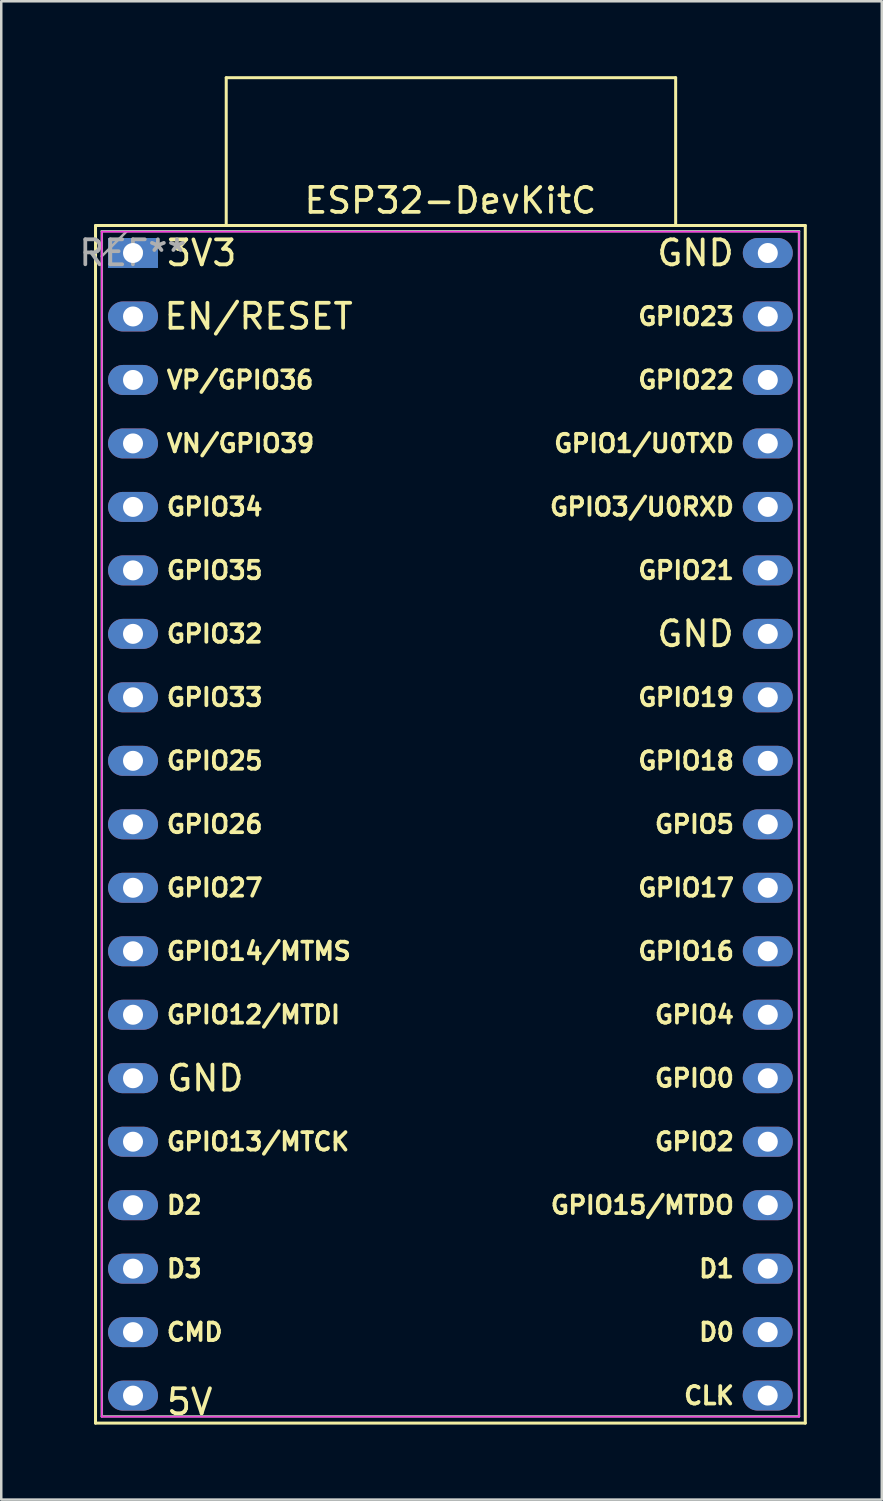
<source format=kicad_pcb>
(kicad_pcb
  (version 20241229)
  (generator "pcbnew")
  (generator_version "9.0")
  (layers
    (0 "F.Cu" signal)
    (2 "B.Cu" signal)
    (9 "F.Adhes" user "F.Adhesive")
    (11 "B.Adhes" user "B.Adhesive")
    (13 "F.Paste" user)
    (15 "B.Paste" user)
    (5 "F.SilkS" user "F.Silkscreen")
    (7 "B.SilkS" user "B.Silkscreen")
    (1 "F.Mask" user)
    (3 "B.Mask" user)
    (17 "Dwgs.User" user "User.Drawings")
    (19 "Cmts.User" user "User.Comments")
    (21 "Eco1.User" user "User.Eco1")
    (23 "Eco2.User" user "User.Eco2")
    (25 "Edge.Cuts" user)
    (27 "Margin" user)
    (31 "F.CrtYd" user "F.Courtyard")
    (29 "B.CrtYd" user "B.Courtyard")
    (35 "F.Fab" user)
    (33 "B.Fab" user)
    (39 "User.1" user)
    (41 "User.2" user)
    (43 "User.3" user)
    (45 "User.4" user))
  (footprint "ESP32-DevKitC"
    (layer "F.Cu")
    (at 2.272 7.073)
    (property "Reference" "ESP32-DevKitC" (at 12.7 -2.1 0) (layer "F.SilkS") (effects (font (size 1 1) (thickness 0.15))))
    (attr through_hole)
    (fp_line (start -1.5 46.82) (end 26.9 46.82) (stroke (width 0.12) (type solid)) (layer "F.SilkS"))
    (fp_line (start -1.5 -1.1) (end -1.5 46.82) (stroke (width 0.12) (type solid)) (layer "F.SilkS"))
    (fp_line (start 3.73 -7.013) (end 21.713 -7.013) (stroke (width 0.12) (type solid)) (layer "F.SilkS"))
    (fp_line (start 3.73 -1.12) (end 3.73 -7.013) (stroke (width 0.12) (type solid)) (layer "F.SilkS"))
    (fp_line (start 21.713 -7.013) (end 21.713 -1.12) (stroke (width 0.12) (type solid)) (layer "F.SilkS"))
    (fp_line (start 26.9 46.82) (end 26.9 -1.1) (stroke (width 0.12) (type solid)) (layer "F.SilkS"))
    (fp_line (start 26.9 -1.1) (end -1.5 -1.1) (stroke (width 0.12) (type solid)) (layer "F.SilkS"))
    (fp_line (start -1.25 -0.85) (end 26.65 -0.85) (stroke (width 0.05) (type solid)) (layer "F.CrtYd"))
    (fp_line (start -1.25 46.57) (end -1.25 -0.85) (stroke (width 0.05) (type solid)) (layer "F.CrtYd"))
    (fp_line (start 26.65 -0.85) (end 26.65 46.57) (stroke (width 0.05) (type solid)) (layer "F.CrtYd"))
    (fp_line (start 26.65 46.57) (end -1.25 46.57) (stroke (width 0.05) (type solid)) (layer "F.CrtYd"))
    (fp_line (start -1.25 -0.87) (end 26.65 -0.87) (stroke (width 0.1) (type solid)) (layer "F.Fab"))
    (fp_line (start -1.25 46.55) (end -1.25 -0.87) (stroke (width 0.1) (type solid)) (layer "F.Fab"))
    (fp_line (start -0.25 -0.87) (end -1.25 0.13) (stroke (width 0.1) (type solid)) (layer "F.Fab"))
    (fp_line (start 26.65 -0.87) (end 26.65 46.55) (stroke (width 0.1) (type solid)) (layer "F.Fab"))
    (fp_line (start 26.65 46.55) (end -1.25 46.55) (stroke (width 0.1) (type solid)) (layer "F.Fab"))
    (fp_text user "D0" (at 24.13 43.18 0) (unlocked yes) (layer "F.SilkS") (effects (font (size 0.7 0.7) (thickness 0.15)) (justify right)))
    (fp_text user "GPIO5" (at 24.13 22.86 0) (unlocked yes) (layer "F.SilkS") (effects (font (size 0.7 0.7) (thickness 0.15)) (justify right)))
    (fp_text user "GPIO32" (at 1.27 15.24 0) (unlocked yes) (layer "F.SilkS") (effects (font (size 0.7 0.7) (thickness 0.15)) (justify left)))
    (fp_text user "CMD" (at 1.27 43.18 0) (unlocked yes) (layer "F.SilkS") (effects (font (size 0.7 0.7) (thickness 0.15)) (justify left)))
    (fp_text user "GPIO33" (at 1.27 17.78 0) (unlocked yes) (layer "F.SilkS") (effects (font (size 0.7 0.7) (thickness 0.15)) (justify left)))
    (fp_text user "VN/GPIO39" (at 1.27 7.62 0) (unlocked yes) (layer "F.SilkS") (effects (font (size 0.7 0.7) (thickness 0.15)) (justify left)))
    (fp_text user "GPIO13/MTCK" (at 1.27 35.56 0) (unlocked yes) (layer "F.SilkS") (effects (font (size 0.7 0.7) (thickness 0.15)) (justify left)))
    (fp_text user "5V" (at 1.266 45.971 0) (unlocked yes) (layer "F.SilkS") (effects (font (size 1 1) (thickness 0.15)) (justify left)))
    (fp_text user "3V3" (at 1.27 0 0) (unlocked yes) (layer "F.SilkS") (effects (font (size 1 1) (thickness 0.15)) (justify left)))
    (fp_text user "GPIO34" (at 1.27 10.16 0) (unlocked yes) (layer "F.SilkS") (effects (font (size 0.7 0.7) (thickness 0.15)) (justify left)))
    (fp_text user "GPIO1/U0TXD" (at 24.13 7.62 0) (unlocked yes) (layer "F.SilkS") (effects (font (size 0.7 0.7) (thickness 0.15)) (justify right)))
    (fp_text user "D3" (at 1.27 40.64 0) (unlocked yes) (layer "F.SilkS") (effects (font (size 0.7 0.7) (thickness 0.15)) (justify left)))
    (fp_text user "GPIO22" (at 24.13 5.08 0) (unlocked yes) (layer "F.SilkS") (effects (font (size 0.7 0.7) (thickness 0.15)) (justify right)))
    (fp_text user "VP/GPIO36" (at 1.27 5.08 0) (unlocked yes) (layer "F.SilkS") (effects (font (size 0.7 0.7) (thickness 0.15)) (justify left)))
    (fp_text user "CLK" (at 24.13 45.72 0) (unlocked yes) (layer "F.SilkS") (effects (font (size 0.7 0.7) (thickness 0.15)) (justify right)))
    (fp_text user "GPIO17" (at 24.13 25.4 0) (unlocked yes) (layer "F.SilkS") (effects (font (size 0.7 0.7) (thickness 0.15)) (justify right)))
    (fp_text user "GPIO3/U0RXD" (at 24.13 10.16 0) (unlocked yes) (layer "F.SilkS") (effects (font (size 0.7 0.7) (thickness 0.15)) (justify right)))
    (fp_text user "D1" (at 24.13 40.64 0) (unlocked yes) (layer "F.SilkS") (effects (font (size 0.7 0.7) (thickness 0.15)) (justify right)))
    (fp_text user "GPIO19" (at 24.13 17.78 0) (unlocked yes) (layer "F.SilkS") (effects (font (size 0.7 0.7) (thickness 0.15)) (justify right)))
    (fp_text user "GPIO12/MTDI" (at 1.27 30.48 0) (unlocked yes) (layer "F.SilkS") (effects (font (size 0.7 0.7) (thickness 0.15)) (justify left)))
    (fp_text user "GPIO18" (at 24.13 20.32 0) (unlocked yes) (layer "F.SilkS") (effects (font (size 0.7 0.7) (thickness 0.15)) (justify right)))
    (fp_text user "EN/RESET" (at 8.886 2.537 0) (unlocked yes) (layer "F.SilkS") (effects (font (size 1 1) (thickness 0.15)) (justify right)))
    (fp_text user "GPIO4" (at 24.13 30.48 0) (unlocked yes) (layer "F.SilkS") (effects (font (size 0.7 0.7) (thickness 0.15)) (justify right)))
    (fp_text user "GPIO21" (at 24.13 12.7 0) (unlocked yes) (layer "F.SilkS") (effects (font (size 0.7 0.7) (thickness 0.15)) (justify right)))
    (fp_text user "GPIO35" (at 1.27 12.7 0) (unlocked yes) (layer "F.SilkS") (effects (font (size 0.7 0.7) (thickness 0.15)) (justify left)))
    (fp_text user "GPIO14/MTMS" (at 1.27 27.94 0) (unlocked yes) (layer "F.SilkS") (effects (font (size 0.7 0.7) (thickness 0.15)) (justify left)))
    (fp_text user "GND" (at 24.13 15.24 0) (unlocked yes) (layer "F.SilkS") (effects (font (size 1 1) (thickness 0.15)) (justify right)))
    (fp_text user "GPIO27" (at 1.27 25.4 0) (unlocked yes) (layer "F.SilkS") (effects (font (size 0.7 0.7) (thickness 0.15)) (justify left)))
    (fp_text user "GND" (at 1.27 33.02 0) (unlocked yes) (layer "F.SilkS") (effects (font (size 1 1) (thickness 0.15)) (justify left)))
    (fp_text user "GPIO2" (at 24.13 35.56 0) (unlocked yes) (layer "F.SilkS") (effects (font (size 0.7 0.7) (thickness 0.15)) (justify right)))
    (fp_text user "GPIO23" (at 24.13 2.54 0) (unlocked yes) (layer "F.SilkS") (effects (font (size 0.7 0.7) (thickness 0.15)) (justify right)))
    (fp_text user "GPIO16" (at 24.13 27.94 0) (unlocked yes) (layer "F.SilkS") (effects (font (size 0.7 0.7) (thickness 0.15)) (justify right)))
    (fp_text user "D2" (at 1.27 38.1 0) (unlocked yes) (layer "F.SilkS") (effects (font (size 0.7 0.7) (thickness 0.15)) (justify left)))
    (fp_text user "GND" (at 24.13 0 0) (unlocked yes) (layer "F.SilkS") (effects (font (size 1 1) (thickness 0.15)) (justify right)))
    (fp_text user "GPIO0" (at 24.13 33.02 0) (unlocked yes) (layer "F.SilkS") (effects (font (size 0.7 0.7) (thickness 0.15)) (justify right)))
    (fp_text user "GPIO15/MTDO" (at 24.13 38.1 0) (unlocked yes) (layer "F.SilkS") (effects (font (size 0.7 0.7) (thickness 0.15)) (justify right)))
    (fp_text user "GPIO25" (at 1.27 20.32 0) (unlocked yes) (layer "F.SilkS") (effects (font (size 0.7 0.7) (thickness 0.15)) (justify left)))
    (fp_text user "GPIO26" (at 1.27 22.86 0) (unlocked yes) (layer "F.SilkS") (effects (font (size 0.7 0.7) (thickness 0.15)) (justify left)))
    (fp_text user "REF**" (at -0.004 -0.003 0) (layer "F.Fab") (effects (font (size 1 1) (thickness 0.15))))
    (pad "1" thru_hole rect (at 0 0 270) (size 1.2 2) (drill 0.8) (layers "*.Cu" "*.Mask"))
    (pad "2" thru_hole oval (at 0 2.54 270) (size 1.2 2) (drill 0.8) (layers "*.Cu" "*.Mask"))
    (pad "3" thru_hole oval (at 0 5.08 270) (size 1.2 2) (drill 0.8) (layers "*.Cu" "*.Mask"))
    (pad "4" thru_hole oval (at 0 7.62 270) (size 1.2 2) (drill 0.8) (layers "*.Cu" "*.Mask"))
    (pad "5" thru_hole oval (at 0 10.16 270) (size 1.2 2) (drill 0.8) (layers "*.Cu" "*.Mask"))
    (pad "6" thru_hole oval (at 0 12.7 270) (size 1.2 2) (drill 0.8) (layers "*.Cu" "*.Mask"))
    (pad "7" thru_hole oval (at 0 15.24 270) (size 1.2 2) (drill 0.8) (layers "*.Cu" "*.Mask"))
    (pad "8" thru_hole oval (at 0 17.78 270) (size 1.2 2) (drill 0.8) (layers "*.Cu" "*.Mask"))
    (pad "9" thru_hole oval (at 0 20.32 270) (size 1.2 2) (drill 0.8) (layers "*.Cu" "*.Mask"))
    (pad "10" thru_hole oval (at 0 22.86 270) (size 1.2 2) (drill 0.8) (layers "*.Cu" "*.Mask"))
    (pad "11" thru_hole oval (at 0 25.4 270) (size 1.2 2) (drill 0.8) (layers "*.Cu" "*.Mask"))
    (pad "12" thru_hole oval (at 0 27.94 270) (size 1.2 2) (drill 0.8) (layers "*.Cu" "*.Mask"))
    (pad "13" thru_hole oval (at 0 30.48 270) (size 1.2 2) (drill 0.8) (layers "*.Cu" "*.Mask"))
    (pad "14" thru_hole oval (at 0 33.02 270) (size 1.2 2) (drill 0.8) (layers "*.Cu" "*.Mask"))
    (pad "15" thru_hole oval (at 0 35.56 270) (size 1.2 2) (drill 0.8) (layers "*.Cu" "*.Mask"))
    (pad "16" thru_hole oval (at 0 38.1 270) (size 1.2 2) (drill 0.8) (layers "*.Cu" "*.Mask"))
    (pad "17" thru_hole oval (at 0 40.64 270) (size 1.2 2) (drill 0.8) (layers "*.Cu" "*.Mask"))
    (pad "18" thru_hole oval (at 0 43.18 270) (size 1.2 2) (drill 0.8) (layers "*.Cu" "*.Mask"))
    (pad "19" thru_hole oval (at 0 45.72 270) (size 1.2 2) (drill 0.8) (layers "*.Cu" "*.Mask"))
    (pad "20" thru_hole oval (at 25.396 45.717 270) (size 1.2 2) (drill 0.8) (layers "*.Cu" "*.Mask"))
    (pad "21" thru_hole oval (at 25.396 43.177 270) (size 1.2 2) (drill 0.8) (layers "*.Cu" "*.Mask"))
    (pad "22" thru_hole oval (at 25.4 40.64 270) (size 1.2 2) (drill 0.8) (layers "*.Cu" "*.Mask"))
    (pad "23" thru_hole oval (at 25.4 38.1 270) (size 1.2 2) (drill 0.8) (layers "*.Cu" "*.Mask"))
    (pad "24" thru_hole oval (at 25.4 35.56 270) (size 1.2 2) (drill 0.8) (layers "*.Cu" "*.Mask"))
    (pad "25" thru_hole oval (at 25.4 33.02 270) (size 1.2 2) (drill 0.8) (layers "*.Cu" "*.Mask"))
    (pad "26" thru_hole oval (at 25.4 30.48 270) (size 1.2 2) (drill 0.8) (layers "*.Cu" "*.Mask"))
    (pad "27" thru_hole oval (at 25.4 27.94 270) (size 1.2 2) (drill 0.8) (layers "*.Cu" "*.Mask"))
    (pad "28" thru_hole oval (at 25.4 25.4 270) (size 1.2 2) (drill 0.8) (layers "*.Cu" "*.Mask"))
    (pad "29" thru_hole oval (at 25.4 22.86 270) (size 1.2 2) (drill 0.8) (layers "*.Cu" "*.Mask"))
    (pad "30" thru_hole oval (at 25.4 20.32 270) (size 1.2 2) (drill 0.8) (layers "*.Cu" "*.Mask"))
    (pad "31" thru_hole oval (at 25.4 17.78 270) (size 1.2 2) (drill 0.8) (layers "*.Cu" "*.Mask"))
    (pad "32" thru_hole oval (at 25.4 15.24 270) (size 1.2 2) (drill 0.8) (layers "*.Cu" "*.Mask"))
    (pad "33" thru_hole oval (at 25.4 12.7 270) (size 1.2 2) (drill 0.8) (layers "*.Cu" "*.Mask"))
    (pad "34" thru_hole oval (at 25.4 10.16 270) (size 1.2 2) (drill 0.8) (layers "*.Cu" "*.Mask"))
    (pad "35" thru_hole oval (at 25.4 7.62 270) (size 1.2 2) (drill 0.8) (layers "*.Cu" "*.Mask"))
    (pad "36" thru_hole oval (at 25.4 5.08 270) (size 1.2 2) (drill 0.8) (layers "*.Cu" "*.Mask"))
    (pad "37" thru_hole oval (at 25.4 2.54 270) (size 1.2 2) (drill 0.8) (layers "*.Cu" "*.Mask"))
    (pad "38" thru_hole oval (at 25.4 0 270) (size 1.2 2) (drill 0.8) (layers "*.Cu" "*.Mask")))
  (gr_rect
    (start -3 -3)
    (end 32.232 56.953)
    (stroke (width 0.1) (type default))
    (fill no)
    (layer "Edge.Cuts")))
</source>
